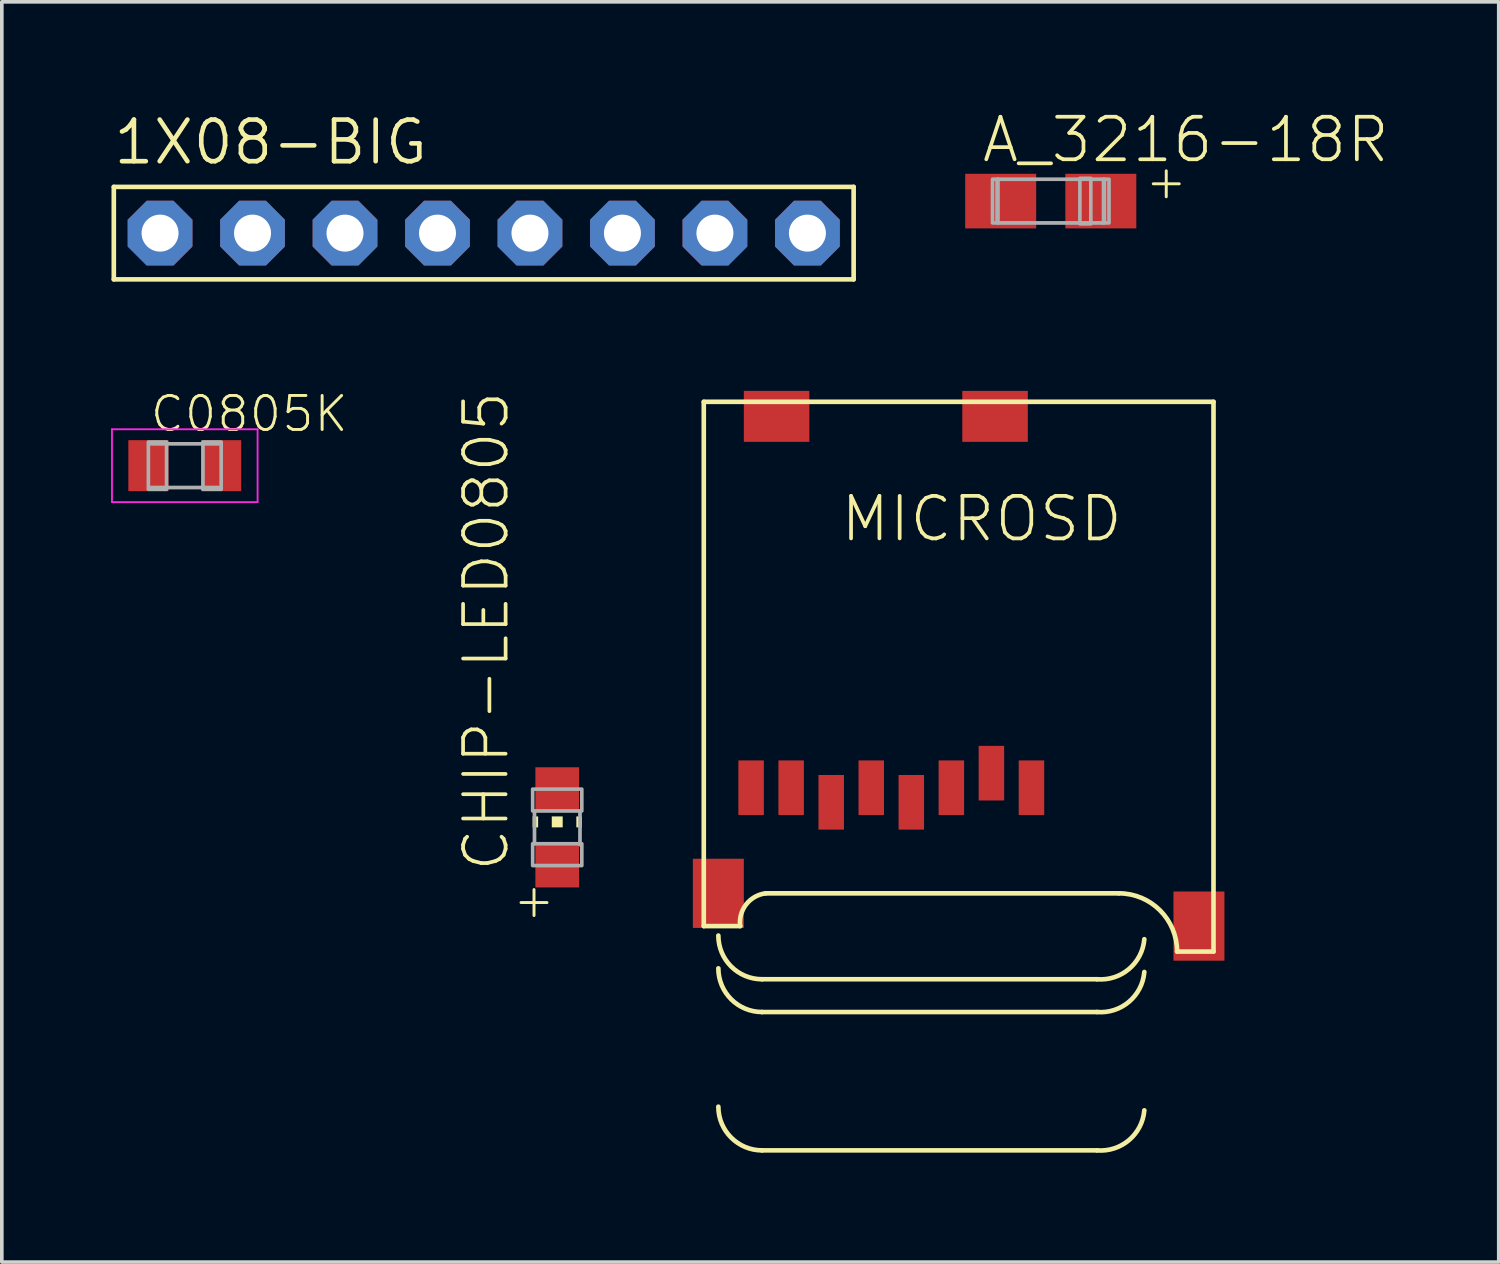
<source format=kicad_pcb>
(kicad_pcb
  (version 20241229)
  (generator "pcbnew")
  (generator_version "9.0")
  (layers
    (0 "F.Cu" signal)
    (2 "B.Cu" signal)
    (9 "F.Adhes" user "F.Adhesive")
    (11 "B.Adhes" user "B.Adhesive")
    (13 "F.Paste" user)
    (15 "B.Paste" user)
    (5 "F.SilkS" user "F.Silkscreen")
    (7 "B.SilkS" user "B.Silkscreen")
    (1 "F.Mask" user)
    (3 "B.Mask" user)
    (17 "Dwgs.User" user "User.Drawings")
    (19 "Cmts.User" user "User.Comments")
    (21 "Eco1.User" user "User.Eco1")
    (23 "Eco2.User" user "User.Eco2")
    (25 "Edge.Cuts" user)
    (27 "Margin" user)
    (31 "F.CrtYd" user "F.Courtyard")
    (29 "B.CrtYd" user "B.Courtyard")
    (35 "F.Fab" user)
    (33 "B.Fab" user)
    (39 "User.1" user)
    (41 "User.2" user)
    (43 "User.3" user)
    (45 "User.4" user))
  (footprint "C0805K"
    (layer "F.Cu")
    (at 2.025 9.74)
    (property "Reference" "C0805K" (at -1 -0.875 0) (layer "F.SilkS") (effects (font (size 0.935 0.935) (thickness 0.081)) (justify left bottom)))
    (fp_line (start -2 -1) (end 2 -1) (stroke (width 0.05) (type solid)) (layer "F.CrtYd"))
    (fp_line (start -2 1) (end -2 -1) (stroke (width 0.05) (type solid)) (layer "F.CrtYd"))
    (fp_line (start 2 -1) (end 2 1) (stroke (width 0.05) (type solid)) (layer "F.CrtYd"))
    (fp_line (start 2 1) (end -2 1) (stroke (width 0.05) (type solid)) (layer "F.CrtYd"))
    (fp_line (start -0.925 -0.6) (end 0.925 -0.6) (stroke (width 0.102) (type solid)) (layer "F.Fab"))
    (fp_line (start 0.925 0.6) (end -0.925 0.6) (stroke (width 0.102) (type solid)) (layer "F.Fab"))
    (fp_poly (pts (xy -1 0.65) (xy -0.5 0.65) (xy -0.5 -0.65) (xy -1 -0.65)) (stroke (width 0.1) (type default)) (fill no) (layer "F.Fab"))
    (fp_poly (pts (xy 0.5 0.65) (xy 1 0.65) (xy 1 -0.65) (xy 0.5 -0.65)) (stroke (width 0.1) (type default)) (fill no) (layer "F.Fab"))
    (pad "1" smd rect (at -1 0) (size 1.1 1.4) (layers "F.Cu" "F.Mask" "F.Paste"))
    (pad "2" smd rect (at 1 0) (size 1.1 1.4) (layers "F.Cu" "F.Mask" "F.Paste")))
  (footprint "1X08-BIG"
    (layer "F.Cu")
    (at 10.236 3.353)
    (property "Reference" "1X08-BIG" (at -10.236 -1.829 0) (layer "F.SilkS") (effects (font (size 1.143 1.143) (thickness 0.127)) (justify left bottom)))
    (fp_line (start -10.16 -1.27) (end 10.16 -1.27) (stroke (width 0.127) (type solid)) (layer "F.SilkS"))
    (fp_line (start -10.16 1.27) (end -10.16 -1.27) (stroke (width 0.127) (type solid)) (layer "F.SilkS"))
    (fp_line (start 10.16 -1.27) (end 10.16 1.27) (stroke (width 0.127) (type solid)) (layer "F.SilkS"))
    (fp_line (start 10.16 1.27) (end -10.16 1.27) (stroke (width 0.127) (type solid)) (layer "F.SilkS"))
    (fp_poly (pts (xy -9.144 0.254) (xy -8.636 0.254) (xy -8.636 -0.254) (xy -9.144 -0.254)) (stroke (width 0.1) (type default)) (fill no) (layer "F.Fab"))
    (fp_poly (pts (xy -6.604 0.254) (xy -6.096 0.254) (xy -6.096 -0.254) (xy -6.604 -0.254)) (stroke (width 0.1) (type default)) (fill no) (layer "F.Fab"))
    (fp_poly (pts (xy -4.064 0.254) (xy -3.556 0.254) (xy -3.556 -0.254) (xy -4.064 -0.254)) (stroke (width 0.1) (type default)) (fill no) (layer "F.Fab"))
    (fp_poly (pts (xy -1.524 0.254) (xy -1.016 0.254) (xy -1.016 -0.254) (xy -1.524 -0.254)) (stroke (width 0.1) (type default)) (fill no) (layer "F.Fab"))
    (fp_poly (pts (xy 1.016 0.254) (xy 1.524 0.254) (xy 1.524 -0.254) (xy 1.016 -0.254)) (stroke (width 0.1) (type default)) (fill no) (layer "F.Fab"))
    (fp_poly (pts (xy 3.556 0.254) (xy 4.064 0.254) (xy 4.064 -0.254) (xy 3.556 -0.254)) (stroke (width 0.1) (type default)) (fill no) (layer "F.Fab"))
    (fp_poly (pts (xy 6.096 0.254) (xy 6.604 0.254) (xy 6.604 -0.254) (xy 6.096 -0.254)) (stroke (width 0.1) (type default)) (fill no) (layer "F.Fab"))
    (fp_poly (pts (xy 8.636 0.254) (xy 9.144 0.254) (xy 9.144 -0.254) (xy 8.636 -0.254)) (stroke (width 0.1) (type default)) (fill no) (layer "F.Fab"))
    (pad "1" thru_hole roundrect (at -8.89 0 90) (size 1.778 1.778) (drill 1.016) (layers "*.Cu" "*.Mask") (roundrect_rratio 0.25) (chamfer_ratio 0.293) (chamfer top_left top_right bottom_left bottom_right))
    (pad "2" thru_hole roundrect (at -6.35 0 90) (size 1.778 1.778) (drill 1.016) (layers "*.Cu" "*.Mask") (roundrect_rratio 0.25) (chamfer_ratio 0.293) (chamfer top_left top_right bottom_left bottom_right))
    (pad "3" thru_hole roundrect (at -3.81 0 90) (size 1.778 1.778) (drill 1.016) (layers "*.Cu" "*.Mask") (roundrect_rratio 0.25) (chamfer_ratio 0.293) (chamfer top_left top_right bottom_left bottom_right))
    (pad "4" thru_hole roundrect (at -1.27 0 90) (size 1.778 1.778) (drill 1.016) (layers "*.Cu" "*.Mask") (roundrect_rratio 0.25) (chamfer_ratio 0.293) (chamfer top_left top_right bottom_left bottom_right))
    (pad "5" thru_hole roundrect (at 1.27 0 90) (size 1.778 1.778) (drill 1.016) (layers "*.Cu" "*.Mask") (roundrect_rratio 0.25) (chamfer_ratio 0.293) (chamfer top_left top_right bottom_left bottom_right))
    (pad "6" thru_hole roundrect (at 3.81 0 90) (size 1.778 1.778) (drill 1.016) (layers "*.Cu" "*.Mask") (roundrect_rratio 0.25) (chamfer_ratio 0.293) (chamfer top_left top_right bottom_left bottom_right))
    (pad "7" thru_hole roundrect (at 6.35 0 90) (size 1.778 1.778) (drill 1.016) (layers "*.Cu" "*.Mask") (roundrect_rratio 0.25) (chamfer_ratio 0.293) (chamfer top_left top_right bottom_left bottom_right))
    (pad "8" thru_hole roundrect (at 8.89 0 90) (size 1.778 1.778) (drill 1.016) (layers "*.Cu" "*.Mask") (roundrect_rratio 0.25) (chamfer_ratio 0.293) (chamfer top_left top_right bottom_left bottom_right)))
  (footprint "A_3216-18R"
    (layer "F.Cu")
    (at 25.81 2.473)
    (property "Reference" "A_3216-18R" (at -1.95 -1 0) (layer "F.SilkS") (effects (font (size 1.168 1.168) (thickness 0.102)) (justify left bottom)))
    (fp_line (start -1.45 -0.6) (end 1.45 -0.6) (stroke (width 0.102) (type solid)) (layer "F.Fab"))
    (fp_line (start -1.45 0.6) (end -1.45 -0.6) (stroke (width 0.102) (type solid)) (layer "F.Fab"))
    (fp_line (start 1.45 -0.6) (end 1.45 0.6) (stroke (width 0.102) (type solid)) (layer "F.Fab"))
    (fp_line (start 1.45 0.6) (end -1.45 0.6) (stroke (width 0.102) (type solid)) (layer "F.Fab"))
    (fp_poly (pts (xy -1.6 0.6) (xy -1.475 0.6) (xy -1.475 -0.6) (xy -1.6 -0.6)) (stroke (width 0.1) (type default)) (fill no) (layer "F.Fab"))
    (fp_poly (pts (xy 0.8 0.625) (xy 1.1 0.625) (xy 1.1 -0.625) (xy 0.8 -0.625)) (stroke (width 0.1) (type default)) (fill no) (layer "F.Fab"))
    (fp_poly (pts (xy 1.475 0.6) (xy 1.6 0.6) (xy 1.6 -0.6) (xy 1.475 -0.6)) (stroke (width 0.1) (type default)) (fill no) (layer "F.Fab"))
    (fp_text user "+" (at 2.54 0 0) (layer "F.SilkS") (effects (font (size 0.935 0.935) (thickness 0.081)) (justify left bottom)))
    (pad "+" smd rect (at 1.375 0) (size 1.95 1.5) (layers "F.Cu" "F.Mask" "F.Paste"))
    (pad "-" smd rect (at -1.375 0) (size 1.95 1.5) (layers "F.Cu" "F.Mask" "F.Paste")))
  (footprint "CHIP-LED0805"
    (layer "F.Cu")
    (at 12.255 19.674)
    (property "Reference" "CHIP-LED0805" (at -1.27 1.27 90) (layer "F.SilkS") (effects (font (size 1.168 1.168) (thickness 0.102)) (justify left bottom)))
    (fp_poly (pts (xy -0.675 0) (xy -0.525 0) (xy -0.525 -0.3) (xy -0.675 -0.3)) (stroke (width 0) (type default)) (fill yes) (layer "F.SilkS"))
    (fp_poly (pts (xy -0.15 0) (xy 0.15 0) (xy 0.15 -0.3) (xy -0.15 -0.3)) (stroke (width 0) (type default)) (fill yes) (layer "F.SilkS"))
    (fp_poly (pts (xy 0.525 0) (xy 0.675 0) (xy 0.675 -0.3) (xy 0.525 -0.3)) (stroke (width 0) (type default)) (fill yes) (layer "F.SilkS"))
    (fp_line (start -0.625 -0.45) (end -0.625 0.45) (stroke (width 0.102) (type solid)) (layer "F.Fab"))
    (fp_line (start 0.625 -0.45) (end 0.625 0.475) (stroke (width 0.102) (type solid)) (layer "F.Fab"))
    (fp_poly (pts (xy -0.675 -0.45) (xy 0.675 -0.45) (xy 0.675 -1.05) (xy -0.675 -1.05)) (stroke (width 0.1) (type default)) (fill no) (layer "F.Fab"))
    (fp_poly (pts (xy -0.675 1.05) (xy 0.675 1.05) (xy 0.675 0.45) (xy -0.675 0.45)) (stroke (width 0.1) (type default)) (fill no) (layer "F.Fab"))
    (fp_text user "+" (at -1.27 2.54 0) (layer "F.SilkS") (effects (font (size 0.935 0.935) (thickness 0.081)) (justify left bottom)))
    (pad "A" smd rect (at 0 1.05) (size 1.2 1.2) (layers "F.Cu" "F.Mask" "F.Paste"))
    (pad "C" smd rect (at 0 -1.05) (size 1.2 1.2) (layers "F.Cu" "F.Mask" "F.Paste")))
  (footprint "MICROSD"
    (layer "F.Cu")
    (at 16.28 7.946)
    (property "Reference" "MICROSD" (at 3.7 3.94 0) (layer "F.SilkS") (effects (font (size 1.168 1.168) (thickness 0.102)) (justify left bottom)))
    (fp_line (start 0 0.04) (end 0 14.44) (stroke (width 0.127) (type solid)) (layer "F.SilkS"))
    (fp_line (start 0 14.44) (end 1 14.44) (stroke (width 0.127) (type solid)) (layer "F.SilkS"))
    (fp_line (start 1.6 15.9) (end 10.8 15.9) (stroke (width 0.127) (type solid)) (layer "F.SilkS"))
    (fp_line (start 1.6 16.8) (end 10.8 16.8) (stroke (width 0.127) (type solid)) (layer "F.SilkS"))
    (fp_line (start 1.6 20.6) (end 10.8 20.6) (stroke (width 0.127) (type solid)) (layer "F.SilkS"))
    (fp_line (start 1.7 13.54) (end 11.4 13.54) (stroke (width 0.127) (type solid)) (layer "F.SilkS"))
    (fp_line (start 13 15.14) (end 14 15.14) (stroke (width 0.127) (type solid)) (layer "F.SilkS"))
    (fp_line (start 14 0.04) (end 0 0.04) (stroke (width 0.127) (type solid)) (layer "F.SilkS"))
    (fp_line (start 14 15.14) (end 14 0.04) (stroke (width 0.127) (type solid)) (layer "F.SilkS"))
    (fp_arc (start 1 14.44) (mid 1.163604 13.845025) (end 1.7 13.54) (stroke (width 0.127) (type solid)) (layer "F.SilkS"))
    (fp_arc (start 1.6 15.9) (mid 0.751472 15.548528) (end 0.4 14.7) (stroke (width 0.127) (type solid)) (layer "F.SilkS"))
    (fp_arc (start 1.6 16.8) (mid 0.751472 16.448528) (end 0.4 15.6) (stroke (width 0.127) (type solid)) (layer "F.SilkS"))
    (fp_arc (start 1.6 20.6) (mid 0.751472 20.248528) (end 0.4 19.4) (stroke (width 0.127) (type solid)) (layer "F.SilkS"))
    (fp_arc (start 11.4 13.54) (mid 12.531371 14.008629) (end 13 15.14) (stroke (width 0.127) (type solid)) (layer "F.SilkS"))
    (fp_arc (start 12.1 14.8) (mid 11.677817 15.619239) (end 10.8 15.9) (stroke (width 0.127) (type solid)) (layer "F.SilkS"))
    (fp_arc (start 12.1 15.7) (mid 11.677817 16.519239) (end 10.8 16.8) (stroke (width 0.127) (type solid)) (layer "F.SilkS"))
    (fp_arc (start 12.1 19.5) (mid 11.677817 20.319239) (end 10.8 20.6) (stroke (width 0.127) (type solid)) (layer "F.SilkS"))
    (pad "1" smd rect (at 9 10.64) (size 0.7 1.5) (layers "F.Cu" "F.Mask" "F.Paste"))
    (pad "2" smd rect (at 7.9 10.24) (size 0.7 1.5) (layers "F.Cu" "F.Mask" "F.Paste"))
    (pad "3" smd rect (at 6.8 10.64) (size 0.7 1.5) (layers "F.Cu" "F.Mask" "F.Paste"))
    (pad "4" smd rect (at 5.7 11.04) (size 0.7 1.5) (layers "F.Cu" "F.Mask" "F.Paste"))
    (pad "5" smd rect (at 4.6 10.64) (size 0.7 1.5) (layers "F.Cu" "F.Mask" "F.Paste"))
    (pad "6" smd rect (at 3.5 11.04) (size 0.7 1.5) (layers "F.Cu" "F.Mask" "F.Paste"))
    (pad "7" smd rect (at 2.4 10.64) (size 0.7 1.5) (layers "F.Cu" "F.Mask" "F.Paste"))
    (pad "8" smd rect (at 1.3 10.64) (size 0.7 1.5) (layers "F.Cu" "F.Mask" "F.Paste"))
    (pad "CD1" smd rect (at 2 0.44 90) (size 1.4 1.8) (layers "F.Cu" "F.Mask" "F.Paste"))
    (pad "CD2" smd rect (at 8 0.44 90) (size 1.4 1.8) (layers "F.Cu" "F.Mask" "F.Paste"))
    (pad "MT1" smd rect (at 0.4 13.54) (size 1.4 1.9) (layers "F.Cu" "F.Mask" "F.Paste"))
    (pad "MT2" smd rect (at 13.6 14.44) (size 1.4 1.9) (layers "F.Cu" "F.Mask" "F.Paste")))
  (gr_rect
    (start -3 -3)
    (end 38.114 31.614)
    (stroke (width 0.1) (type default))
    (fill no)
    (layer "Edge.Cuts")))
</source>
